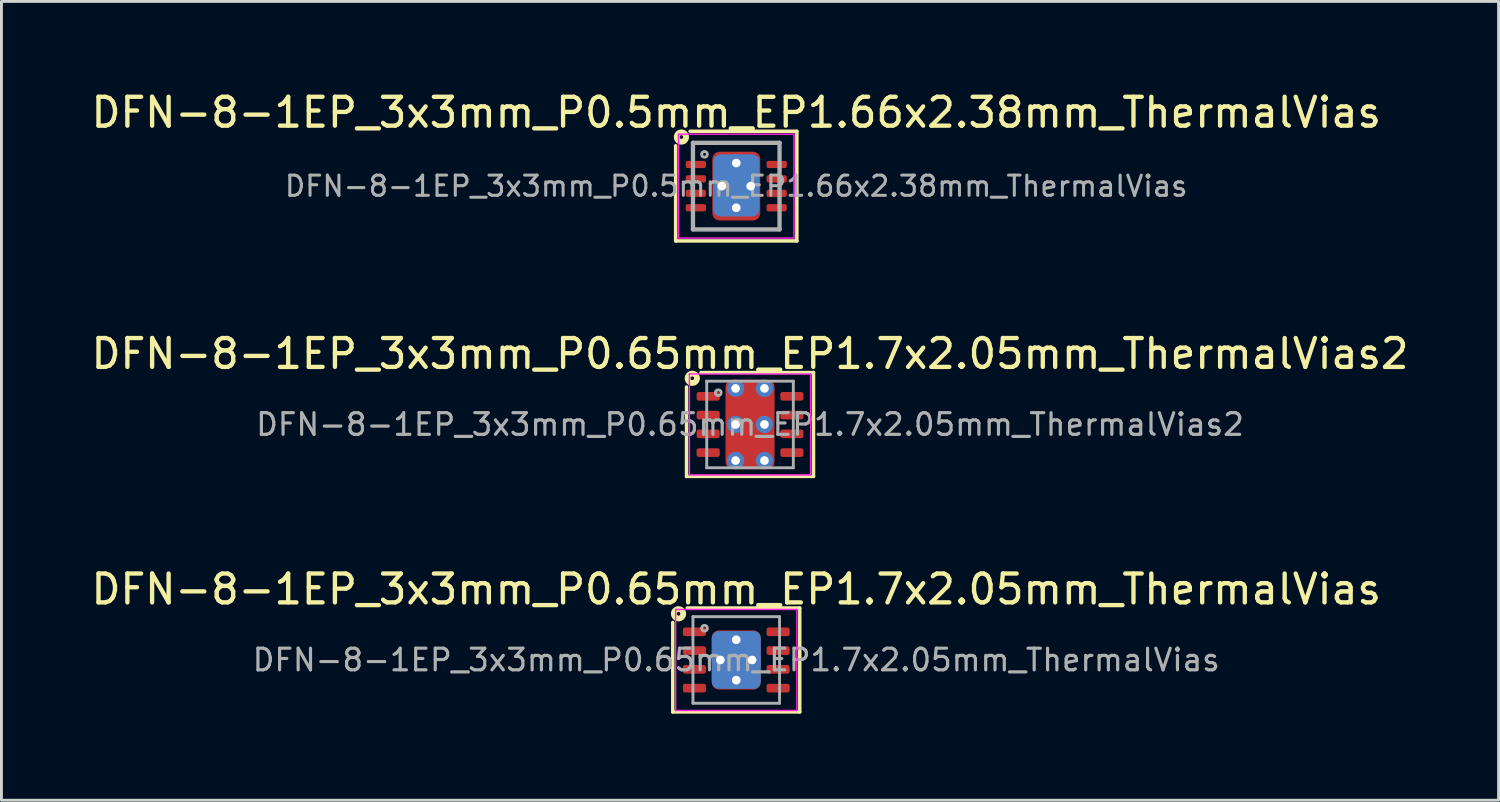
<source format=kicad_pcb>
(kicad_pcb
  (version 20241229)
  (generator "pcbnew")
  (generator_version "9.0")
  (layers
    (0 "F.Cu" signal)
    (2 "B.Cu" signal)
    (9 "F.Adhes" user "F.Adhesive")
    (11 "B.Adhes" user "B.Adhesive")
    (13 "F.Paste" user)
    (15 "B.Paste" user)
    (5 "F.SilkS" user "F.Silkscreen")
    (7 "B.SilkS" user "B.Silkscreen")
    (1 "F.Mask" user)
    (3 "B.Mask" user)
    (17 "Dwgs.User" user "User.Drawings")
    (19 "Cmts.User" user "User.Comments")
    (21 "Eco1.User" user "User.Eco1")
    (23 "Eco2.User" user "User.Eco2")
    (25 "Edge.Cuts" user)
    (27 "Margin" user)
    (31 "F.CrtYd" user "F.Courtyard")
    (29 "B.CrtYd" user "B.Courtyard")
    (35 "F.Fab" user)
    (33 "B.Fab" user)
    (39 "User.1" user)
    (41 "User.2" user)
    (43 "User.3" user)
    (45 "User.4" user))
  (footprint "DFN-8-1EP_3x3mm_P0.5mm_EP1.66x2.38mm_ThermalVias"
    (layer "F.Cu")
    (at 22.458 3.398)
    (property "Reference" "DFN-8-1EP_3x3mm_P0.5mm_EP1.66x2.38mm_ThermalVias" (at 0 -2.55 0) (layer "F.SilkS") (effects (font (size 1 1) (thickness 0.15))))
    (attr smd)
    (fp_line (start -2.1 1.9) (end -2.1 -1.4) (stroke (width 0.12) (type solid)) (layer "F.SilkS"))
    (fp_line (start -1.6 -1.9) (end 2.1 -1.9) (stroke (width 0.12) (type solid)) (layer "F.SilkS"))
    (fp_line (start 2.1 -1.9) (end 2.1 1.9) (stroke (width 0.12) (type solid)) (layer "F.SilkS"))
    (fp_line (start 2.1 1.9) (end -2.1 1.9) (stroke (width 0.12) (type solid)) (layer "F.SilkS"))
    (fp_circle (center -1.9 -1.7) (end -1.837 -1.7) (stroke (width 0.2) (type solid)) (fill no) (layer "F.SilkS"))
    (fp_line (start -2 -1.8) (end -2 1.8) (stroke (width 0.05) (type solid)) (layer "F.CrtYd"))
    (fp_line (start -2 -1.8) (end 2 -1.8) (stroke (width 0.05) (type solid)) (layer "F.CrtYd"))
    (fp_line (start -2 1.8) (end 2 1.8) (stroke (width 0.05) (type solid)) (layer "F.CrtYd"))
    (fp_line (start 2 -1.8) (end 2 1.8) (stroke (width 0.05) (type solid)) (layer "F.CrtYd"))
    (fp_line (start -1.5 -1.5) (end 1.5 -1.5) (stroke (width 0.15) (type solid)) (layer "F.Fab"))
    (fp_line (start -1.5 1.5) (end -1.5 -1.5) (stroke (width 0.15) (type solid)) (layer "F.Fab"))
    (fp_line (start 1.5 -1.5) (end 1.5 1.5) (stroke (width 0.15) (type solid)) (layer "F.Fab"))
    (fp_line (start 1.5 1.5) (end -1.5 1.5) (stroke (width 0.15) (type solid)) (layer "F.Fab"))
    (fp_circle (center -1.1 -1.1) (end -1 -1.1) (stroke (width 0.1) (type solid)) (fill no) (layer "F.Fab"))
    (fp_text user "${REFERENCE}" (at 0 0 0) (layer "F.Fab") (effects (font (size 0.7 0.7) (thickness 0.105))))
    (pad "" smd roundrect (at -0.415 -0.595) (size 0.64 1) (layers "F.Paste") (roundrect_rratio 0.25))
    (pad "" smd roundrect (at -0.415 0.595) (size 0.64 1) (layers "F.Paste") (roundrect_rratio 0.25))
    (pad "" smd roundrect (at 0.415 -0.595) (size 0.64 1) (layers "F.Paste") (roundrect_rratio 0.25))
    (pad "" smd roundrect (at 0.415 0.595) (size 0.64 1) (layers "F.Paste") (roundrect_rratio 0.25))
    (pad "1" smd roundrect (at -1.4 -0.75) (size 0.7 0.25) (layers "F.Cu" "F.Mask" "F.Paste") (roundrect_rratio 0.25))
    (pad "2" smd roundrect (at -1.4 -0.25) (size 0.7 0.25) (layers "F.Cu" "F.Mask" "F.Paste") (roundrect_rratio 0.25))
    (pad "3" smd roundrect (at -1.4 0.25) (size 0.7 0.25) (layers "F.Cu" "F.Mask" "F.Paste") (roundrect_rratio 0.25))
    (pad "4" smd roundrect (at -1.4 0.75) (size 0.7 0.25) (layers "F.Cu" "F.Mask" "F.Paste") (roundrect_rratio 0.25))
    (pad "5" smd roundrect (at 1.4 0.75) (size 0.7 0.25) (layers "F.Cu" "F.Mask" "F.Paste") (roundrect_rratio 0.25))
    (pad "6" smd roundrect (at 1.4 0.25) (size 0.7 0.25) (layers "F.Cu" "F.Mask" "F.Paste") (roundrect_rratio 0.25))
    (pad "7" smd roundrect (at 1.4 -0.25) (size 0.7 0.25) (layers "F.Cu" "F.Mask" "F.Paste") (roundrect_rratio 0.25))
    (pad "8" smd roundrect (at 1.4 -0.75) (size 0.7 0.25) (layers "F.Cu" "F.Mask" "F.Paste") (roundrect_rratio 0.25))
    (pad "9" thru_hole circle (at -0.5 0) (size 0.6 0.6) (drill 0.3) (property pad_prop_heatsink) (layers "*.Cu"))
    (pad "9" thru_hole circle (at 0 -0.8) (size 0.6 0.6) (drill 0.3) (property pad_prop_heatsink) (layers "*.Cu"))
    (pad "9" smd roundrect (at 0 -0.025) (size 1.6 2.15) (layers "B.Cu" "B.Mask") (roundrect_rratio 0.156))
    (pad "9" smd roundrect (at 0 0) (size 1.66 2.38) (layers "F.Cu" "F.Mask") (roundrect_rratio 0.151))
    (pad "9" thru_hole circle (at 0 0.75) (size 0.6 0.6) (drill 0.3) (property pad_prop_heatsink) (layers "*.Cu"))
    (pad "9" thru_hole circle (at 0.5 0) (size 0.6 0.6) (drill 0.3) (property pad_prop_heatsink) (layers "*.Cu")))
  (footprint "DFN-8-1EP_3x3mm_P0.65mm_EP1.7x2.05mm_ThermalVias"
    (layer "F.Cu")
    (at 22.458 19.815)
    (property "Reference" "DFN-8-1EP_3x3mm_P0.65mm_EP1.7x2.05mm_ThermalVias" (at 0 -2.45 0) (layer "F.SilkS") (effects (font (size 1 1) (thickness 0.15))))
    (attr smd)
    (fp_line (start -2.2 1.8) (end -2.2 -1.3) (stroke (width 0.12) (type solid)) (layer "F.SilkS"))
    (fp_line (start -1.7 -1.8) (end 2.2 -1.8) (stroke (width 0.12) (type solid)) (layer "F.SilkS"))
    (fp_line (start 2.2 -1.8) (end 2.2 1.8) (stroke (width 0.12) (type solid)) (layer "F.SilkS"))
    (fp_line (start 2.2 1.8) (end -2.2 1.8) (stroke (width 0.12) (type solid)) (layer "F.SilkS"))
    (fp_circle (center -2 -1.6) (end -1.937 -1.6) (stroke (width 0.2) (type solid)) (fill no) (layer "F.SilkS"))
    (fp_line (start -2.1 -1.75) (end -2.1 1.75) (stroke (width 0.05) (type solid)) (layer "F.CrtYd"))
    (fp_line (start -2.1 1.75) (end 2.1 1.75) (stroke (width 0.05) (type solid)) (layer "F.CrtYd"))
    (fp_line (start 2.1 -1.75) (end -2.1 -1.75) (stroke (width 0.05) (type solid)) (layer "F.CrtYd"))
    (fp_line (start 2.1 1.75) (end 2.1 -1.75) (stroke (width 0.05) (type solid)) (layer "F.CrtYd"))
    (fp_line (start -1.5 -1.5) (end 1.5 -1.5) (stroke (width 0.1) (type solid)) (layer "F.Fab"))
    (fp_line (start -1.5 1.5) (end -1.5 -1.5) (stroke (width 0.1) (type solid)) (layer "F.Fab"))
    (fp_line (start 1.5 -1.5) (end 1.5 1.5) (stroke (width 0.1) (type solid)) (layer "F.Fab"))
    (fp_line (start 1.5 1.5) (end -1.5 1.5) (stroke (width 0.1) (type solid)) (layer "F.Fab"))
    (fp_circle (center -1.1 -1.1) (end -1 -1.1) (stroke (width 0.1) (type solid)) (fill no) (layer "F.Fab"))
    (fp_text user "${REFERENCE}" (at 0 0 0) (layer "F.Fab") (effects (font (size 0.75 0.75) (thickness 0.11))))
    (pad "" smd roundrect (at -0.425 -0.51) (size 0.69 0.83) (layers "F.Paste") (roundrect_rratio 0.25))
    (pad "" smd roundrect (at -0.425 0.51) (size 0.69 0.83) (layers "F.Paste") (roundrect_rratio 0.25))
    (pad "" smd roundrect (at 0.425 -0.51) (size 0.69 0.83) (layers "F.Paste") (roundrect_rratio 0.25))
    (pad "" smd roundrect (at 0.425 0.51) (size 0.69 0.83) (layers "F.Paste") (roundrect_rratio 0.25))
    (pad "1" smd roundrect (at -1.45 -0.975) (size 0.8 0.3) (layers "F.Cu" "F.Mask" "F.Paste") (roundrect_rratio 0.25))
    (pad "2" smd roundrect (at -1.45 -0.325) (size 0.8 0.3) (layers "F.Cu" "F.Mask" "F.Paste") (roundrect_rratio 0.25))
    (pad "3" smd roundrect (at -1.45 0.325) (size 0.8 0.3) (layers "F.Cu" "F.Mask" "F.Paste") (roundrect_rratio 0.25))
    (pad "4" smd roundrect (at -1.45 0.975) (size 0.8 0.3) (layers "F.Cu" "F.Mask" "F.Paste") (roundrect_rratio 0.25))
    (pad "5" smd roundrect (at 1.45 0.975) (size 0.8 0.3) (layers "F.Cu" "F.Mask" "F.Paste") (roundrect_rratio 0.25))
    (pad "6" smd roundrect (at 1.45 0.325) (size 0.8 0.3) (layers "F.Cu" "F.Mask" "F.Paste") (roundrect_rratio 0.25))
    (pad "7" smd roundrect (at 1.45 -0.325) (size 0.8 0.3) (layers "F.Cu" "F.Mask" "F.Paste") (roundrect_rratio 0.25))
    (pad "8" smd roundrect (at 1.45 -0.975) (size 0.8 0.3) (layers "F.Cu" "F.Mask" "F.Paste") (roundrect_rratio 0.25))
    (pad "9" thru_hole circle (at -0.55 0) (size 0.6 0.6) (drill 0.3) (property pad_prop_heatsink) (layers "*.Cu"))
    (pad "9" thru_hole circle (at 0 -0.7) (size 0.6 0.6) (drill 0.3) (property pad_prop_heatsink) (layers "*.Cu"))
    (pad "9" smd roundrect (at 0 0) (size 1.7 2) (layers "B.Cu" "B.Mask") (roundrect_rratio 0.147))
    (pad "9" smd roundrect (at 0 0) (size 1.7 2.05) (layers "F.Cu" "F.Mask") (roundrect_rratio 0.147))
    (pad "9" thru_hole circle (at 0 0.7) (size 0.6 0.6) (drill 0.3) (property pad_prop_heatsink) (layers "*.Cu"))
    (pad "9" thru_hole circle (at 0.55 0) (size 0.6 0.6) (drill 0.3) (property pad_prop_heatsink) (layers "*.Cu")))
  (footprint "DFN-8-1EP_3x3mm_P0.65mm_EP1.7x2.05mm_ThermalVias2"
    (layer "F.Cu")
    (at 22.935 11.656)
    (property "Reference" "DFN-8-1EP_3x3mm_P0.65mm_EP1.7x2.05mm_ThermalVias2" (at 0 -2.45 0) (layer "F.SilkS") (effects (font (size 1 1) (thickness 0.15))))
    (attr smd)
    (fp_line (start -2.2 1.8) (end -2.2 -1.3) (stroke (width 0.12) (type solid)) (layer "F.SilkS"))
    (fp_line (start -1.7 -1.8) (end 2.2 -1.8) (stroke (width 0.12) (type solid)) (layer "F.SilkS"))
    (fp_line (start 2.2 -1.8) (end 2.2 1.8) (stroke (width 0.12) (type solid)) (layer "F.SilkS"))
    (fp_line (start 2.2 1.8) (end -2.2 1.8) (stroke (width 0.12) (type solid)) (layer "F.SilkS"))
    (fp_circle (center -2 -1.6) (end -1.937 -1.6) (stroke (width 0.2) (type solid)) (fill no) (layer "F.SilkS"))
    (fp_line (start -2.1 -1.75) (end -2.1 1.75) (stroke (width 0.05) (type solid)) (layer "F.CrtYd"))
    (fp_line (start -2.1 1.75) (end 2.1 1.75) (stroke (width 0.05) (type solid)) (layer "F.CrtYd"))
    (fp_line (start 2.1 -1.75) (end -2.1 -1.75) (stroke (width 0.05) (type solid)) (layer "F.CrtYd"))
    (fp_line (start 2.1 1.75) (end 2.1 -1.75) (stroke (width 0.05) (type solid)) (layer "F.CrtYd"))
    (fp_line (start -1.5 -1.5) (end 1.5 -1.5) (stroke (width 0.1) (type solid)) (layer "F.Fab"))
    (fp_line (start -1.5 1.5) (end -1.5 -1.5) (stroke (width 0.1) (type solid)) (layer "F.Fab"))
    (fp_line (start 1.5 -1.5) (end 1.5 1.5) (stroke (width 0.1) (type solid)) (layer "F.Fab"))
    (fp_line (start 1.5 1.5) (end -1.5 1.5) (stroke (width 0.1) (type solid)) (layer "F.Fab"))
    (fp_circle (center -1.1 -1.1) (end -1 -1.1) (stroke (width 0.1) (type solid)) (fill no) (layer "F.Fab"))
    (fp_text user "${REFERENCE}" (at 0 0 0) (layer "F.Fab") (effects (font (size 0.75 0.75) (thickness 0.11))))
    (pad "" smd roundrect (at -0.375 -0.625) (size 0.55 0.45) (layers "F.Paste") (roundrect_rratio 0.25))
    (pad "" smd roundrect (at -0.375 0.625) (size 0.55 0.45) (layers "F.Paste") (roundrect_rratio 0.25))
    (pad "" smd roundrect (at 0 -0.625) (size 1.5 0.65) (layers "F.Mask") (roundrect_rratio 0.25))
    (pad "" smd roundrect (at 0 0.625) (size 1.5 0.65) (layers "F.Mask") (roundrect_rratio 0.25))
    (pad "" smd roundrect (at 0.375 -0.625) (size 0.55 0.45) (layers "F.Paste") (roundrect_rratio 0.25))
    (pad "" smd roundrect (at 0.375 0.625) (size 0.55 0.45) (layers "F.Paste") (roundrect_rratio 0.25))
    (pad "1" smd roundrect (at -1.45 -0.975) (size 0.8 0.3) (layers "F.Cu" "F.Mask" "F.Paste") (roundrect_rratio 0.25))
    (pad "2" smd roundrect (at -1.45 -0.325) (size 0.8 0.3) (layers "F.Cu" "F.Mask" "F.Paste") (roundrect_rratio 0.25))
    (pad "3" smd roundrect (at -1.45 0.325) (size 0.8 0.3) (layers "F.Cu" "F.Mask" "F.Paste") (roundrect_rratio 0.25))
    (pad "4" smd roundrect (at -1.45 0.975) (size 0.8 0.3) (layers "F.Cu" "F.Mask" "F.Paste") (roundrect_rratio 0.25))
    (pad "5" smd roundrect (at 1.45 0.975) (size 0.8 0.3) (layers "F.Cu" "F.Mask" "F.Paste") (roundrect_rratio 0.25))
    (pad "6" smd roundrect (at 1.45 0.325) (size 0.8 0.3) (layers "F.Cu" "F.Mask" "F.Paste") (roundrect_rratio 0.25))
    (pad "7" smd roundrect (at 1.45 -0.325) (size 0.8 0.3) (layers "F.Cu" "F.Mask" "F.Paste") (roundrect_rratio 0.25))
    (pad "8" smd roundrect (at 1.45 -0.975) (size 0.8 0.3) (layers "F.Cu" "F.Mask" "F.Paste") (roundrect_rratio 0.25))
    (pad "9" thru_hole circle (at -0.5 -1.25) (size 0.6 0.6) (drill 0.3) (property pad_prop_heatsink) (layers "*.Cu" "*.Mask"))
    (pad "9" thru_hole circle (at -0.5 0) (size 0.6 0.6) (drill 0.3) (property pad_prop_heatsink) (layers "*.Cu" "*.Mask"))
    (pad "9" thru_hole circle (at -0.5 1.25) (size 0.6 0.6) (drill 0.3) (property pad_prop_heatsink) (layers "*.Cu" "*.Mask"))
    (pad "9" smd roundrect (at 0 0) (size 1.7 3.1) (layers "F.Cu") (roundrect_rratio 0.147))
    (pad "9" thru_hole circle (at 0.5 -1.25) (size 0.6 0.6) (drill 0.3) (property pad_prop_heatsink) (layers "*.Cu" "*.Mask"))
    (pad "9" thru_hole circle (at 0.5 0) (size 0.6 0.6) (drill 0.3) (property pad_prop_heatsink) (layers "*.Cu" "*.Mask"))
    (pad "9" thru_hole circle (at 0.5 1.25) (size 0.6 0.6) (drill 0.3) (property pad_prop_heatsink) (layers "*.Cu" "*.Mask")))
  (gr_rect
    (start -3 -3)
    (end 48.869 24.675)
    (stroke (width 0.1) (type default))
    (fill no)
    (layer "Edge.Cuts")))
</source>
